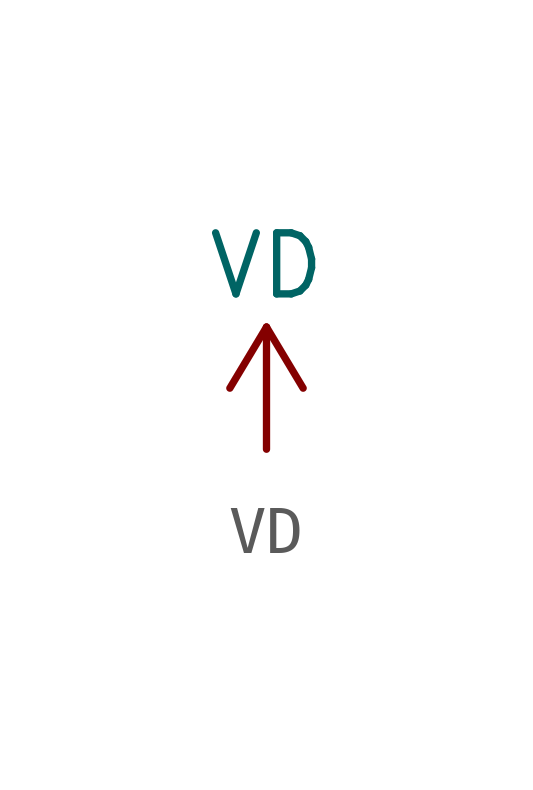
<source format=kicad_sym>
(kicad_symbol_lib
  (version 20211014)
  (generator kicad_symbol_editor)
  (symbol "power1:VD"
    (power)
    (pin_names
      (offset 0))
    (property "Reference" "#PWR"
      (at 0 -3.81 0)
      (effects (font (size 1.27 1.27)) hide))
    (property "Value" "VD"
      (at 0 3.81 0)
      (effects (font (size 1.27 1.27))))
    (symbol "VD_0_1"
      (polyline (pts (xy -0.762 1.27) (xy 0 2.54)) (stroke (width 0) (type default) (color 0 0 0 0)) (fill (type none)))
      (polyline (pts (xy 0 0) (xy 0 2.54)) (stroke (width 0) (type default) (color 0 0 0 0)) (fill (type none)))
      (polyline (pts (xy 0 2.54) (xy 0.762 1.27)) (stroke (width 0) (type default) (color 0 0 0 0)) (fill (type none))))
    (symbol "VD_1_1"
      (pin power_in line (at 0 0 90) (length 0) hide (name "VD" (effects (font (size 1.27 1.27)))) (number "1" (effects (font (size 1.27 1.27))))))))
</source>
